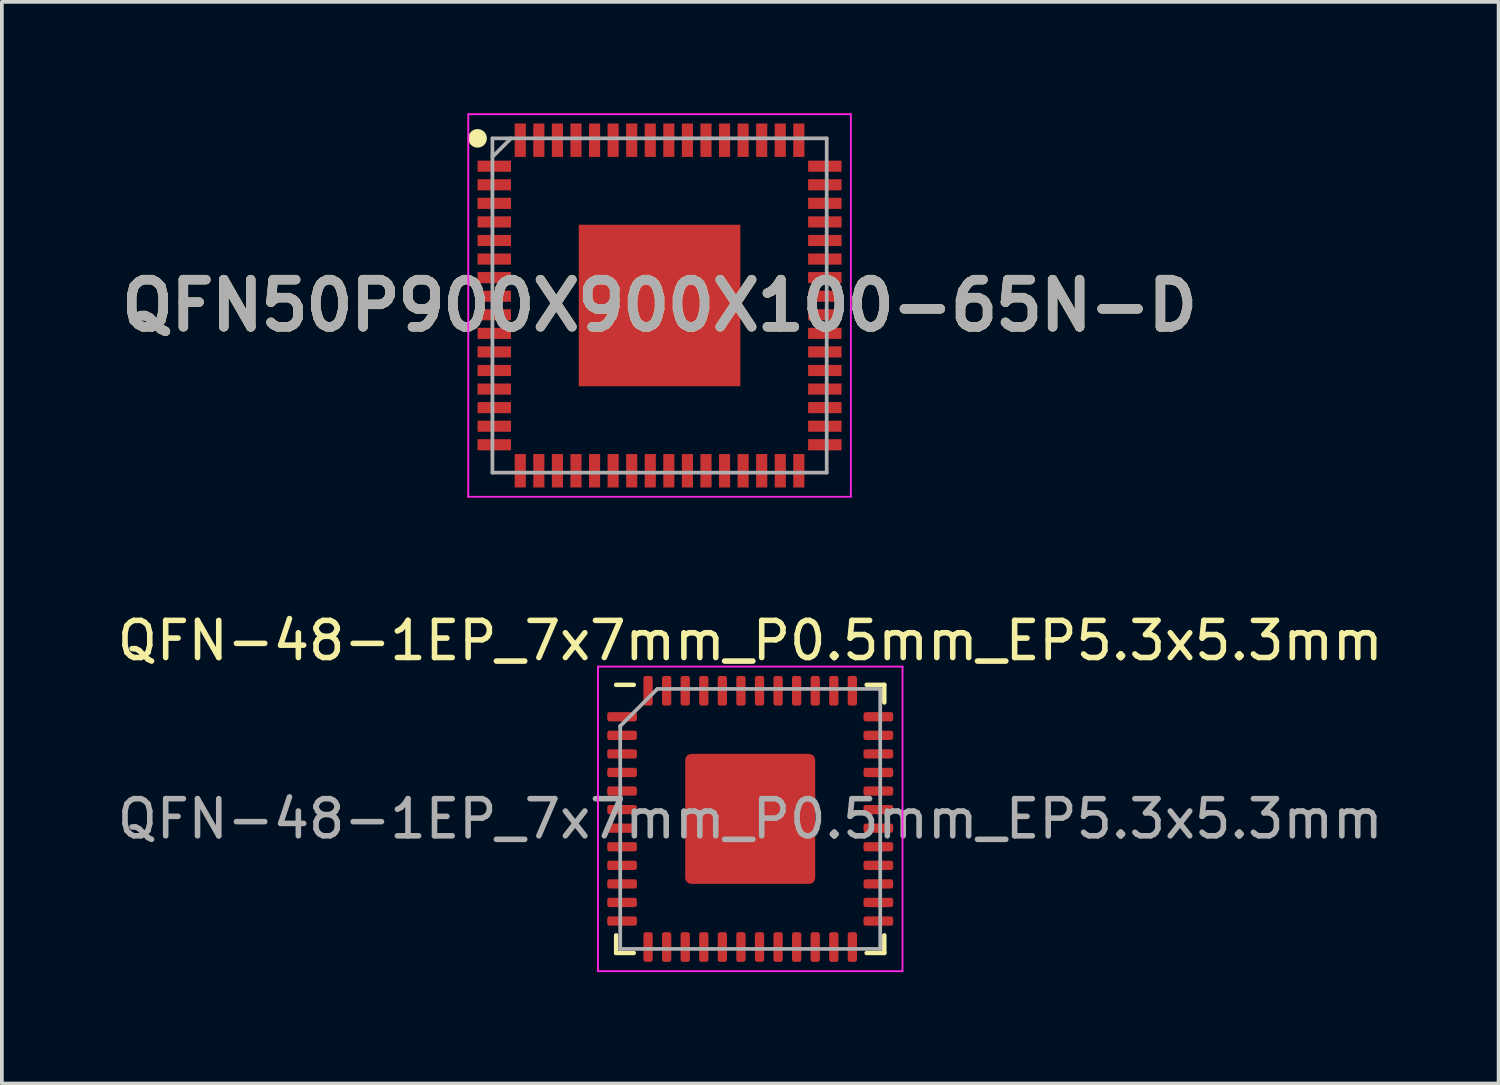
<source format=kicad_pcb>
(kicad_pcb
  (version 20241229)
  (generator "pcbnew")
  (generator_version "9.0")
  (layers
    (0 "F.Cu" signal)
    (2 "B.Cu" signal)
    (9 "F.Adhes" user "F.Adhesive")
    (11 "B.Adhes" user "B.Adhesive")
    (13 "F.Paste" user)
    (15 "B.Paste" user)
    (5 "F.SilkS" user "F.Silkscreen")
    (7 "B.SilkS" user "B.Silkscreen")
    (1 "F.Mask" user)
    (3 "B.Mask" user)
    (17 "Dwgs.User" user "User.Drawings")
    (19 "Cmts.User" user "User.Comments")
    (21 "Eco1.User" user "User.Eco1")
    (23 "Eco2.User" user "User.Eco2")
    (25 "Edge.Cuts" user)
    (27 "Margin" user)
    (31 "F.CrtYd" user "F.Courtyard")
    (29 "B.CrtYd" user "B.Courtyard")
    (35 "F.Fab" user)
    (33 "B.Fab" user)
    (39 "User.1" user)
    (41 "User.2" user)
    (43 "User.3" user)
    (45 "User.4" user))
  (footprint "QFN50P900X900X100-65N-D"
    (layer "F.Cu")
    (at 14.708 5.175)
    (property "Reference" "QFN50P900X900X100-65N-D" (at 0 0 0) (layer "F.SilkS") (effects (font (size 1.27 1.27) (thickness 0.254))))
    (attr smd)
    (fp_circle (center -4.9 -4.5) (end -4.9 -4.375) (stroke (width 0.25) (type solid)) (fill no) (layer "F.SilkS"))
    (fp_line (start -5.15 -5.15) (end 5.15 -5.15) (stroke (width 0.05) (type solid)) (layer "F.CrtYd"))
    (fp_line (start -5.15 5.15) (end -5.15 -5.15) (stroke (width 0.05) (type solid)) (layer "F.CrtYd"))
    (fp_line (start 5.15 -5.15) (end 5.15 5.15) (stroke (width 0.05) (type solid)) (layer "F.CrtYd"))
    (fp_line (start 5.15 5.15) (end -5.15 5.15) (stroke (width 0.05) (type solid)) (layer "F.CrtYd"))
    (fp_line (start -4.5 -4.5) (end 4.5 -4.5) (stroke (width 0.1) (type solid)) (layer "F.Fab"))
    (fp_line (start -4.5 -4) (end -4 -4.5) (stroke (width 0.1) (type solid)) (layer "F.Fab"))
    (fp_line (start -4.5 4.5) (end -4.5 -4.5) (stroke (width 0.1) (type solid)) (layer "F.Fab"))
    (fp_line (start 4.5 -4.5) (end 4.5 4.5) (stroke (width 0.1) (type solid)) (layer "F.Fab"))
    (fp_line (start 4.5 4.5) (end -4.5 4.5) (stroke (width 0.1) (type solid)) (layer "F.Fab"))
    (fp_text user "${REFERENCE}" (at 0 0 0) (layer "F.Fab") (effects (font (size 1.27 1.27) (thickness 0.254))))
    (pad "1" smd rect (at -4.45 -3.75 90) (size 0.3 0.9) (layers "F.Cu" "F.Mask" "F.Paste"))
    (pad "2" smd rect (at -4.45 -3.25 90) (size 0.3 0.9) (layers "F.Cu" "F.Mask" "F.Paste"))
    (pad "3" smd rect (at -4.45 -2.75 90) (size 0.3 0.9) (layers "F.Cu" "F.Mask" "F.Paste"))
    (pad "4" smd rect (at -4.45 -2.25 90) (size 0.3 0.9) (layers "F.Cu" "F.Mask" "F.Paste"))
    (pad "5" smd rect (at -4.45 -1.75 90) (size 0.3 0.9) (layers "F.Cu" "F.Mask" "F.Paste"))
    (pad "6" smd rect (at -4.45 -1.25 90) (size 0.3 0.9) (layers "F.Cu" "F.Mask" "F.Paste"))
    (pad "7" smd rect (at -4.45 -0.75 90) (size 0.3 0.9) (layers "F.Cu" "F.Mask" "F.Paste"))
    (pad "8" smd rect (at -4.45 -0.25 90) (size 0.3 0.9) (layers "F.Cu" "F.Mask" "F.Paste"))
    (pad "9" smd rect (at -4.45 0.25 90) (size 0.3 0.9) (layers "F.Cu" "F.Mask" "F.Paste"))
    (pad "10" smd rect (at -4.45 0.75 90) (size 0.3 0.9) (layers "F.Cu" "F.Mask" "F.Paste"))
    (pad "11" smd rect (at -4.45 1.25 90) (size 0.3 0.9) (layers "F.Cu" "F.Mask" "F.Paste"))
    (pad "12" smd rect (at -4.45 1.75 90) (size 0.3 0.9) (layers "F.Cu" "F.Mask" "F.Paste"))
    (pad "13" smd rect (at -4.45 2.25 90) (size 0.3 0.9) (layers "F.Cu" "F.Mask" "F.Paste"))
    (pad "14" smd rect (at -4.45 2.75 90) (size 0.3 0.9) (layers "F.Cu" "F.Mask" "F.Paste"))
    (pad "15" smd rect (at -4.45 3.25 90) (size 0.3 0.9) (layers "F.Cu" "F.Mask" "F.Paste"))
    (pad "16" smd rect (at -4.45 3.75 90) (size 0.3 0.9) (layers "F.Cu" "F.Mask" "F.Paste"))
    (pad "17" smd rect (at -3.75 4.45) (size 0.3 0.9) (layers "F.Cu" "F.Mask" "F.Paste"))
    (pad "18" smd rect (at -3.25 4.45) (size 0.3 0.9) (layers "F.Cu" "F.Mask" "F.Paste"))
    (pad "19" smd rect (at -2.75 4.45) (size 0.3 0.9) (layers "F.Cu" "F.Mask" "F.Paste"))
    (pad "20" smd rect (at -2.25 4.45) (size 0.3 0.9) (layers "F.Cu" "F.Mask" "F.Paste"))
    (pad "21" smd rect (at -1.75 4.45) (size 0.3 0.9) (layers "F.Cu" "F.Mask" "F.Paste"))
    (pad "22" smd rect (at -1.25 4.45) (size 0.3 0.9) (layers "F.Cu" "F.Mask" "F.Paste"))
    (pad "23" smd rect (at -0.75 4.45) (size 0.3 0.9) (layers "F.Cu" "F.Mask" "F.Paste"))
    (pad "24" smd rect (at -0.25 4.45) (size 0.3 0.9) (layers "F.Cu" "F.Mask" "F.Paste"))
    (pad "25" smd rect (at 0.25 4.45) (size 0.3 0.9) (layers "F.Cu" "F.Mask" "F.Paste"))
    (pad "26" smd rect (at 0.75 4.45) (size 0.3 0.9) (layers "F.Cu" "F.Mask" "F.Paste"))
    (pad "27" smd rect (at 1.25 4.45) (size 0.3 0.9) (layers "F.Cu" "F.Mask" "F.Paste"))
    (pad "28" smd rect (at 1.75 4.45) (size 0.3 0.9) (layers "F.Cu" "F.Mask" "F.Paste"))
    (pad "29" smd rect (at 2.25 4.45) (size 0.3 0.9) (layers "F.Cu" "F.Mask" "F.Paste"))
    (pad "30" smd rect (at 2.75 4.45) (size 0.3 0.9) (layers "F.Cu" "F.Mask" "F.Paste"))
    (pad "31" smd rect (at 3.25 4.45) (size 0.3 0.9) (layers "F.Cu" "F.Mask" "F.Paste"))
    (pad "32" smd rect (at 3.75 4.45) (size 0.3 0.9) (layers "F.Cu" "F.Mask" "F.Paste"))
    (pad "33" smd rect (at 4.45 3.75 90) (size 0.3 0.9) (layers "F.Cu" "F.Mask" "F.Paste"))
    (pad "34" smd rect (at 4.45 3.25 90) (size 0.3 0.9) (layers "F.Cu" "F.Mask" "F.Paste"))
    (pad "35" smd rect (at 4.45 2.75 90) (size 0.3 0.9) (layers "F.Cu" "F.Mask" "F.Paste"))
    (pad "36" smd rect (at 4.45 2.25 90) (size 0.3 0.9) (layers "F.Cu" "F.Mask" "F.Paste"))
    (pad "37" smd rect (at 4.45 1.75 90) (size 0.3 0.9) (layers "F.Cu" "F.Mask" "F.Paste"))
    (pad "38" smd rect (at 4.45 1.25 90) (size 0.3 0.9) (layers "F.Cu" "F.Mask" "F.Paste"))
    (pad "39" smd rect (at 4.45 0.75 90) (size 0.3 0.9) (layers "F.Cu" "F.Mask" "F.Paste"))
    (pad "40" smd rect (at 4.45 0.25 90) (size 0.3 0.9) (layers "F.Cu" "F.Mask" "F.Paste"))
    (pad "41" smd rect (at 4.45 -0.25 90) (size 0.3 0.9) (layers "F.Cu" "F.Mask" "F.Paste"))
    (pad "42" smd rect (at 4.45 -0.75 90) (size 0.3 0.9) (layers "F.Cu" "F.Mask" "F.Paste"))
    (pad "43" smd rect (at 4.45 -1.25 90) (size 0.3 0.9) (layers "F.Cu" "F.Mask" "F.Paste"))
    (pad "44" smd rect (at 4.45 -1.75 90) (size 0.3 0.9) (layers "F.Cu" "F.Mask" "F.Paste"))
    (pad "45" smd rect (at 4.45 -2.25 90) (size 0.3 0.9) (layers "F.Cu" "F.Mask" "F.Paste"))
    (pad "46" smd rect (at 4.45 -2.75 90) (size 0.3 0.9) (layers "F.Cu" "F.Mask" "F.Paste"))
    (pad "47" smd rect (at 4.45 -3.25 90) (size 0.3 0.9) (layers "F.Cu" "F.Mask" "F.Paste"))
    (pad "48" smd rect (at 4.45 -3.75 90) (size 0.3 0.9) (layers "F.Cu" "F.Mask" "F.Paste"))
    (pad "49" smd rect (at 3.75 -4.45) (size 0.3 0.9) (layers "F.Cu" "F.Mask" "F.Paste"))
    (pad "50" smd rect (at 3.25 -4.45) (size 0.3 0.9) (layers "F.Cu" "F.Mask" "F.Paste"))
    (pad "51" smd rect (at 2.75 -4.45) (size 0.3 0.9) (layers "F.Cu" "F.Mask" "F.Paste"))
    (pad "52" smd rect (at 2.25 -4.45) (size 0.3 0.9) (layers "F.Cu" "F.Mask" "F.Paste"))
    (pad "53" smd rect (at 1.75 -4.45) (size 0.3 0.9) (layers "F.Cu" "F.Mask" "F.Paste"))
    (pad "54" smd rect (at 1.25 -4.45) (size 0.3 0.9) (layers "F.Cu" "F.Mask" "F.Paste"))
    (pad "55" smd rect (at 0.75 -4.45) (size 0.3 0.9) (layers "F.Cu" "F.Mask" "F.Paste"))
    (pad "56" smd rect (at 0.25 -4.45) (size 0.3 0.9) (layers "F.Cu" "F.Mask" "F.Paste"))
    (pad "57" smd rect (at -0.25 -4.45) (size 0.3 0.9) (layers "F.Cu" "F.Mask" "F.Paste"))
    (pad "58" smd rect (at -0.75 -4.45) (size 0.3 0.9) (layers "F.Cu" "F.Mask" "F.Paste"))
    (pad "59" smd rect (at -1.25 -4.45) (size 0.3 0.9) (layers "F.Cu" "F.Mask" "F.Paste"))
    (pad "60" smd rect (at -1.75 -4.45) (size 0.3 0.9) (layers "F.Cu" "F.Mask" "F.Paste"))
    (pad "61" smd rect (at -2.25 -4.45) (size 0.3 0.9) (layers "F.Cu" "F.Mask" "F.Paste"))
    (pad "62" smd rect (at -2.75 -4.45) (size 0.3 0.9) (layers "F.Cu" "F.Mask" "F.Paste"))
    (pad "63" smd rect (at -3.25 -4.45) (size 0.3 0.9) (layers "F.Cu" "F.Mask" "F.Paste"))
    (pad "64" smd rect (at -3.75 -4.45) (size 0.3 0.9) (layers "F.Cu" "F.Mask" "F.Paste"))
    (pad "65" smd rect (at 0 0) (size 4.35 4.35) (layers "F.Cu" "F.Mask" "F.Paste")))
  (footprint "QFN-48-1EP_7x7mm_P0.5mm_EP5.3x5.3mm"
    (layer "F.Cu")
    (at 17.149 18.998)
    (property "Reference" "QFN-48-1EP_7x7mm_P0.5mm_EP5.3x5.3mm" (at 0 -4.8 0) (layer "F.SilkS") (effects (font (size 1 1) (thickness 0.15))))
    (attr smd)
    (fp_line (start -3.61 3.61) (end -3.61 3.135) (stroke (width 0.12) (type solid)) (layer "F.SilkS"))
    (fp_line (start -3.135 -3.61) (end -3.61 -3.61) (stroke (width 0.12) (type solid)) (layer "F.SilkS"))
    (fp_line (start -3.135 3.61) (end -3.61 3.61) (stroke (width 0.12) (type solid)) (layer "F.SilkS"))
    (fp_line (start 3.135 -3.61) (end 3.61 -3.61) (stroke (width 0.12) (type solid)) (layer "F.SilkS"))
    (fp_line (start 3.135 3.61) (end 3.61 3.61) (stroke (width 0.12) (type solid)) (layer "F.SilkS"))
    (fp_line (start 3.61 -3.61) (end 3.61 -3.135) (stroke (width 0.12) (type solid)) (layer "F.SilkS"))
    (fp_line (start 3.61 3.61) (end 3.61 3.135) (stroke (width 0.12) (type solid)) (layer "F.SilkS"))
    (fp_line (start -4.1 -4.1) (end -4.1 4.1) (stroke (width 0.05) (type solid)) (layer "F.CrtYd"))
    (fp_line (start -4.1 4.1) (end 4.1 4.1) (stroke (width 0.05) (type solid)) (layer "F.CrtYd"))
    (fp_line (start 4.1 -4.1) (end -4.1 -4.1) (stroke (width 0.05) (type solid)) (layer "F.CrtYd"))
    (fp_line (start 4.1 4.1) (end 4.1 -4.1) (stroke (width 0.05) (type solid)) (layer "F.CrtYd"))
    (fp_line (start -3.5 -2.5) (end -2.5 -3.5) (stroke (width 0.1) (type solid)) (layer "F.Fab"))
    (fp_line (start -3.5 3.5) (end -3.5 -2.5) (stroke (width 0.1) (type solid)) (layer "F.Fab"))
    (fp_line (start -2.5 -3.5) (end 3.5 -3.5) (stroke (width 0.1) (type solid)) (layer "F.Fab"))
    (fp_line (start 3.5 -3.5) (end 3.5 3.5) (stroke (width 0.1) (type solid)) (layer "F.Fab"))
    (fp_line (start 3.5 3.5) (end -3.5 3.5) (stroke (width 0.1) (type solid)) (layer "F.Fab"))
    (fp_text user "${REFERENCE}" (at 0 0 0) (layer "F.Fab") (effects (font (size 1 1) (thickness 0.15))))
    (pad "" smd roundrect (at -0.66 -0.66) (size 1.07 1.07) (layers "F.Paste") (roundrect_rratio 0.234))
    (pad "" smd roundrect (at -0.66 0.66) (size 1.07 1.07) (layers "F.Paste") (roundrect_rratio 0.234))
    (pad "" smd roundrect (at 0.66 -0.66) (size 1.07 1.07) (layers "F.Paste") (roundrect_rratio 0.234))
    (pad "" smd roundrect (at 0.66 0.66) (size 1.07 1.07) (layers "F.Paste") (roundrect_rratio 0.234))
    (pad "1" smd roundrect (at -3.45 -2.75) (size 0.8 0.25) (layers "F.Cu" "F.Mask" "F.Paste") (roundrect_rratio 0.25))
    (pad "2" smd roundrect (at -3.45 -2.25) (size 0.8 0.25) (layers "F.Cu" "F.Mask" "F.Paste") (roundrect_rratio 0.25))
    (pad "3" smd roundrect (at -3.45 -1.75) (size 0.8 0.25) (layers "F.Cu" "F.Mask" "F.Paste") (roundrect_rratio 0.25))
    (pad "4" smd roundrect (at -3.45 -1.25) (size 0.8 0.25) (layers "F.Cu" "F.Mask" "F.Paste") (roundrect_rratio 0.25))
    (pad "5" smd roundrect (at -3.45 -0.75) (size 0.8 0.25) (layers "F.Cu" "F.Mask" "F.Paste") (roundrect_rratio 0.25))
    (pad "6" smd roundrect (at -3.45 -0.25) (size 0.8 0.25) (layers "F.Cu" "F.Mask" "F.Paste") (roundrect_rratio 0.25))
    (pad "7" smd roundrect (at -3.45 0.25) (size 0.8 0.25) (layers "F.Cu" "F.Mask" "F.Paste") (roundrect_rratio 0.25))
    (pad "8" smd roundrect (at -3.45 0.75) (size 0.8 0.25) (layers "F.Cu" "F.Mask" "F.Paste") (roundrect_rratio 0.25))
    (pad "9" smd roundrect (at -3.45 1.25) (size 0.8 0.25) (layers "F.Cu" "F.Mask" "F.Paste") (roundrect_rratio 0.25))
    (pad "10" smd roundrect (at -3.45 1.75) (size 0.8 0.25) (layers "F.Cu" "F.Mask" "F.Paste") (roundrect_rratio 0.25))
    (pad "11" smd roundrect (at -3.45 2.25) (size 0.8 0.25) (layers "F.Cu" "F.Mask" "F.Paste") (roundrect_rratio 0.25))
    (pad "12" smd roundrect (at -3.45 2.75) (size 0.8 0.25) (layers "F.Cu" "F.Mask" "F.Paste") (roundrect_rratio 0.25))
    (pad "13" smd roundrect (at -2.75 3.45) (size 0.25 0.8) (layers "F.Cu" "F.Mask" "F.Paste") (roundrect_rratio 0.25))
    (pad "14" smd roundrect (at -2.25 3.45) (size 0.25 0.8) (layers "F.Cu" "F.Mask" "F.Paste") (roundrect_rratio 0.25))
    (pad "15" smd roundrect (at -1.75 3.45) (size 0.25 0.8) (layers "F.Cu" "F.Mask" "F.Paste") (roundrect_rratio 0.25))
    (pad "16" smd roundrect (at -1.25 3.45) (size 0.25 0.8) (layers "F.Cu" "F.Mask" "F.Paste") (roundrect_rratio 0.25))
    (pad "17" smd roundrect (at -0.75 3.45) (size 0.25 0.8) (layers "F.Cu" "F.Mask" "F.Paste") (roundrect_rratio 0.25))
    (pad "18" smd roundrect (at -0.25 3.45) (size 0.25 0.8) (layers "F.Cu" "F.Mask" "F.Paste") (roundrect_rratio 0.25))
    (pad "19" smd roundrect (at 0.25 3.45) (size 0.25 0.8) (layers "F.Cu" "F.Mask" "F.Paste") (roundrect_rratio 0.25))
    (pad "20" smd roundrect (at 0.75 3.45) (size 0.25 0.8) (layers "F.Cu" "F.Mask" "F.Paste") (roundrect_rratio 0.25))
    (pad "21" smd roundrect (at 1.25 3.45) (size 0.25 0.8) (layers "F.Cu" "F.Mask" "F.Paste") (roundrect_rratio 0.25))
    (pad "22" smd roundrect (at 1.75 3.45) (size 0.25 0.8) (layers "F.Cu" "F.Mask" "F.Paste") (roundrect_rratio 0.25))
    (pad "23" smd roundrect (at 2.25 3.45) (size 0.25 0.8) (layers "F.Cu" "F.Mask" "F.Paste") (roundrect_rratio 0.25))
    (pad "24" smd roundrect (at 2.75 3.45) (size 0.25 0.8) (layers "F.Cu" "F.Mask" "F.Paste") (roundrect_rratio 0.25))
    (pad "25" smd roundrect (at 3.45 2.75) (size 0.8 0.25) (layers "F.Cu" "F.Mask" "F.Paste") (roundrect_rratio 0.25))
    (pad "26" smd roundrect (at 3.45 2.25) (size 0.8 0.25) (layers "F.Cu" "F.Mask" "F.Paste") (roundrect_rratio 0.25))
    (pad "27" smd roundrect (at 3.45 1.75) (size 0.8 0.25) (layers "F.Cu" "F.Mask" "F.Paste") (roundrect_rratio 0.25))
    (pad "28" smd roundrect (at 3.45 1.25) (size 0.8 0.25) (layers "F.Cu" "F.Mask" "F.Paste") (roundrect_rratio 0.25))
    (pad "29" smd roundrect (at 3.45 0.75) (size 0.8 0.25) (layers "F.Cu" "F.Mask" "F.Paste") (roundrect_rratio 0.25))
    (pad "30" smd roundrect (at 3.45 0.25) (size 0.8 0.25) (layers "F.Cu" "F.Mask" "F.Paste") (roundrect_rratio 0.25))
    (pad "31" smd roundrect (at 3.45 -0.25) (size 0.8 0.25) (layers "F.Cu" "F.Mask" "F.Paste") (roundrect_rratio 0.25))
    (pad "32" smd roundrect (at 3.45 -0.75) (size 0.8 0.25) (layers "F.Cu" "F.Mask" "F.Paste") (roundrect_rratio 0.25))
    (pad "33" smd roundrect (at 3.45 -1.25) (size 0.8 0.25) (layers "F.Cu" "F.Mask" "F.Paste") (roundrect_rratio 0.25))
    (pad "34" smd roundrect (at 3.45 -1.75) (size 0.8 0.25) (layers "F.Cu" "F.Mask" "F.Paste") (roundrect_rratio 0.25))
    (pad "35" smd roundrect (at 3.45 -2.25) (size 0.8 0.25) (layers "F.Cu" "F.Mask" "F.Paste") (roundrect_rratio 0.25))
    (pad "36" smd roundrect (at 3.45 -2.75) (size 0.8 0.25) (layers "F.Cu" "F.Mask" "F.Paste") (roundrect_rratio 0.25))
    (pad "37" smd roundrect (at 2.75 -3.45) (size 0.25 0.8) (layers "F.Cu" "F.Mask" "F.Paste") (roundrect_rratio 0.25))
    (pad "38" smd roundrect (at 2.25 -3.45) (size 0.25 0.8) (layers "F.Cu" "F.Mask" "F.Paste") (roundrect_rratio 0.25))
    (pad "39" smd roundrect (at 1.75 -3.45) (size 0.25 0.8) (layers "F.Cu" "F.Mask" "F.Paste") (roundrect_rratio 0.25))
    (pad "40" smd roundrect (at 1.25 -3.45) (size 0.25 0.8) (layers "F.Cu" "F.Mask" "F.Paste") (roundrect_rratio 0.25))
    (pad "41" smd roundrect (at 0.75 -3.45) (size 0.25 0.8) (layers "F.Cu" "F.Mask" "F.Paste") (roundrect_rratio 0.25))
    (pad "42" smd roundrect (at 0.25 -3.45) (size 0.25 0.8) (layers "F.Cu" "F.Mask" "F.Paste") (roundrect_rratio 0.25))
    (pad "43" smd roundrect (at -0.25 -3.45) (size 0.25 0.8) (layers "F.Cu" "F.Mask" "F.Paste") (roundrect_rratio 0.25))
    (pad "44" smd roundrect (at -0.75 -3.45) (size 0.25 0.8) (layers "F.Cu" "F.Mask" "F.Paste") (roundrect_rratio 0.25))
    (pad "45" smd roundrect (at -1.25 -3.45) (size 0.25 0.8) (layers "F.Cu" "F.Mask" "F.Paste") (roundrect_rratio 0.25))
    (pad "46" smd roundrect (at -1.75 -3.45) (size 0.25 0.8) (layers "F.Cu" "F.Mask" "F.Paste") (roundrect_rratio 0.25))
    (pad "47" smd roundrect (at -2.25 -3.45) (size 0.25 0.8) (layers "F.Cu" "F.Mask" "F.Paste") (roundrect_rratio 0.25))
    (pad "48" smd roundrect (at -2.75 -3.45) (size 0.25 0.8) (layers "F.Cu" "F.Mask" "F.Paste") (roundrect_rratio 0.25))
    (pad "49" smd roundrect (at 0 0) (size 3.5 3.5) (layers "F.Cu" "F.Mask") (roundrect_rratio 0.047)))
  (gr_rect
    (start -3 -3)
    (end 37.298 26.123)
    (stroke (width 0.1) (type default))
    (fill no)
    (layer "Edge.Cuts")))
</source>
